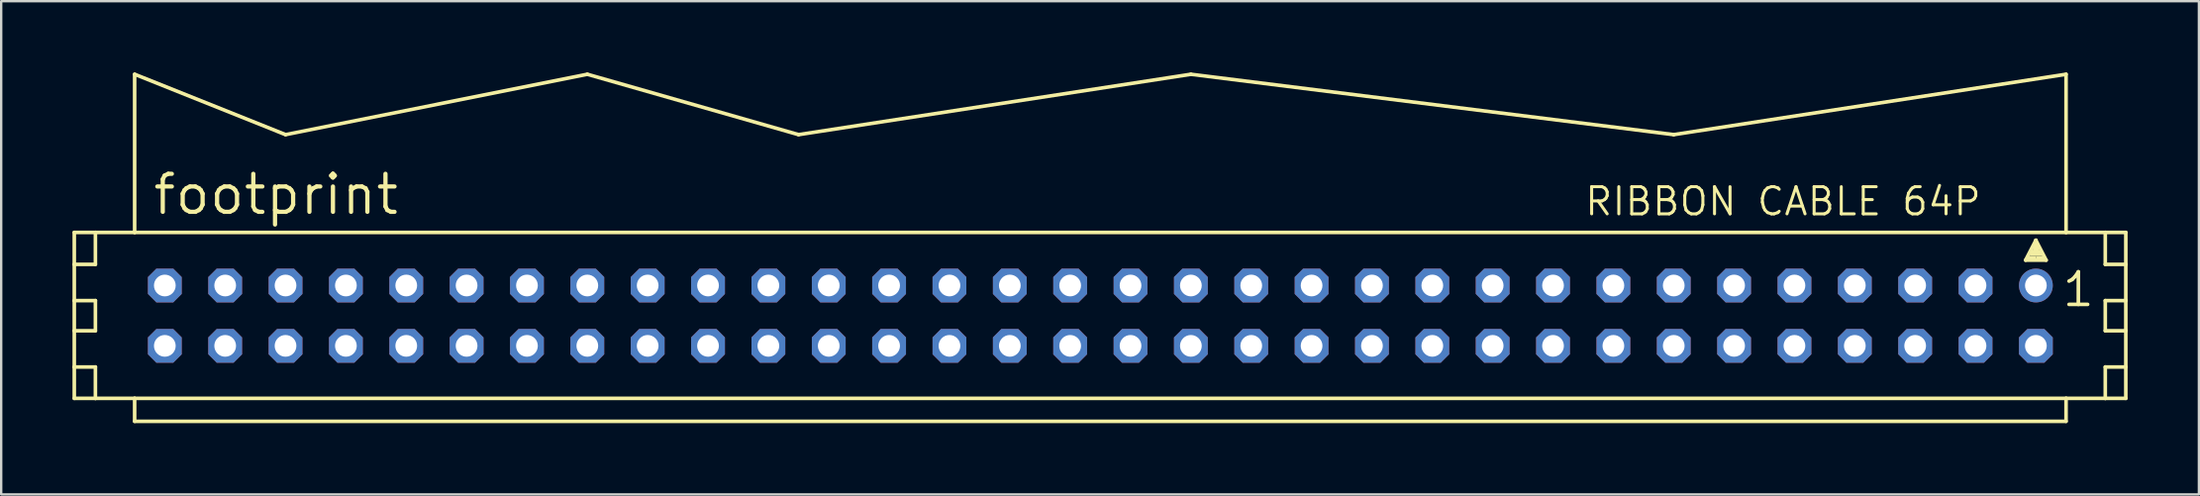
<source format=kicad_pcb>
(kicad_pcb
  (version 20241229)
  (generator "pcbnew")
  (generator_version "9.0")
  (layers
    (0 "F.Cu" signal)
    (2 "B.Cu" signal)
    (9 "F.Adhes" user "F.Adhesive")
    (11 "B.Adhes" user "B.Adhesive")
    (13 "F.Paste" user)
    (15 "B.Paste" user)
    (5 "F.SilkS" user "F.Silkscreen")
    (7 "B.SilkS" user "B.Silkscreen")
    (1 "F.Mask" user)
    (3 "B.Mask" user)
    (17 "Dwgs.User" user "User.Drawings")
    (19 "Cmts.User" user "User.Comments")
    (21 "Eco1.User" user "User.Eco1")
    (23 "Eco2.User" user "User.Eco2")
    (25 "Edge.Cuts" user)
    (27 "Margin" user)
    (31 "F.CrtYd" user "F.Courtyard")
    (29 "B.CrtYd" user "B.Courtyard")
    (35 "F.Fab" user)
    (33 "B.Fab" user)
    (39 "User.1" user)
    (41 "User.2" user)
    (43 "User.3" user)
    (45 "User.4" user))
  (footprint "footprint"
    (layer "F.Cu")
    (at 43.256 10.236)
    (property "Reference" "footprint" (at -39.954 -4.166 0) (layer "F.SilkS") (effects (font (size 1.6 1.6) (thickness 0.178)) (justify left bottom)))
    (fp_line (start -43.18 -3.505) (end -43.18 -2.159) (stroke (width 0.152) (type solid)) (layer "F.SilkS"))
    (fp_line (start -43.18 -2.159) (end -43.18 -0.635) (stroke (width 0.152) (type solid)) (layer "F.SilkS"))
    (fp_line (start -43.18 -2.159) (end -42.291 -2.159) (stroke (width 0.152) (type solid)) (layer "F.SilkS"))
    (fp_line (start -43.18 -0.635) (end -43.18 0.635) (stroke (width 0.152) (type solid)) (layer "F.SilkS"))
    (fp_line (start -43.18 -0.635) (end -42.291 -0.635) (stroke (width 0.152) (type solid)) (layer "F.SilkS"))
    (fp_line (start -43.18 0.635) (end -43.18 2.159) (stroke (width 0.152) (type solid)) (layer "F.SilkS"))
    (fp_line (start -43.18 0.635) (end -42.291 0.635) (stroke (width 0.152) (type solid)) (layer "F.SilkS"))
    (fp_line (start -43.18 2.159) (end -43.18 3.48) (stroke (width 0.152) (type solid)) (layer "F.SilkS"))
    (fp_line (start -43.18 2.159) (end -42.291 2.159) (stroke (width 0.152) (type solid)) (layer "F.SilkS"))
    (fp_line (start -43.18 3.48) (end -42.291 3.48) (stroke (width 0.152) (type solid)) (layer "F.SilkS"))
    (fp_line (start -42.291 -3.505) (end -43.18 -3.505) (stroke (width 0.152) (type solid)) (layer "F.SilkS"))
    (fp_line (start -42.291 -3.505) (end -42.291 -2.159) (stroke (width 0.152) (type solid)) (layer "F.SilkS"))
    (fp_line (start -42.291 -0.635) (end -42.291 0.635) (stroke (width 0.152) (type solid)) (layer "F.SilkS"))
    (fp_line (start -42.291 2.159) (end -42.291 3.48) (stroke (width 0.152) (type solid)) (layer "F.SilkS"))
    (fp_line (start -42.291 3.48) (end -40.64 3.48) (stroke (width 0.152) (type solid)) (layer "F.SilkS"))
    (fp_line (start -40.64 -10.16) (end -40.64 -3.505) (stroke (width 0.152) (type solid)) (layer "F.SilkS"))
    (fp_line (start -40.64 -3.505) (end -42.291 -3.505) (stroke (width 0.152) (type solid)) (layer "F.SilkS"))
    (fp_line (start -40.64 3.48) (end 40.64 3.48) (stroke (width 0.152) (type solid)) (layer "F.SilkS"))
    (fp_line (start -40.64 4.445) (end -40.64 3.48) (stroke (width 0.152) (type solid)) (layer "F.SilkS"))
    (fp_line (start -34.29 -7.62) (end -40.64 -10.16) (stroke (width 0.152) (type solid)) (layer "F.SilkS"))
    (fp_line (start -34.29 -7.62) (end -21.59 -10.16) (stroke (width 0.152) (type solid)) (layer "F.SilkS"))
    (fp_line (start -12.7 -7.62) (end -21.59 -10.16) (stroke (width 0.152) (type solid)) (layer "F.SilkS"))
    (fp_line (start -12.7 -7.62) (end 3.81 -10.16) (stroke (width 0.152) (type solid)) (layer "F.SilkS"))
    (fp_line (start 3.81 -10.16) (end 24.13 -7.62) (stroke (width 0.152) (type solid)) (layer "F.SilkS"))
    (fp_line (start 24.13 -7.62) (end 40.64 -10.16) (stroke (width 0.152) (type solid)) (layer "F.SilkS"))
    (fp_line (start 38.938 -2.337) (end 39.37 -3.175) (stroke (width 0.152) (type solid)) (layer "F.SilkS"))
    (fp_line (start 39.37 -3.175) (end 39.37 -2.921) (stroke (width 0.152) (type solid)) (layer "F.SilkS"))
    (fp_line (start 39.37 -3.175) (end 39.802 -2.337) (stroke (width 0.152) (type solid)) (layer "F.SilkS"))
    (fp_line (start 39.802 -2.337) (end 38.938 -2.337) (stroke (width 0.152) (type solid)) (layer "F.SilkS"))
    (fp_line (start 40.64 -3.505) (end -40.64 -3.505) (stroke (width 0.152) (type solid)) (layer "F.SilkS"))
    (fp_line (start 40.64 -3.505) (end 40.64 -10.16) (stroke (width 0.152) (type solid)) (layer "F.SilkS"))
    (fp_line (start 40.64 3.48) (end 40.64 4.445) (stroke (width 0.152) (type solid)) (layer "F.SilkS"))
    (fp_line (start 40.64 3.48) (end 42.291 3.48) (stroke (width 0.152) (type solid)) (layer "F.SilkS"))
    (fp_line (start 40.64 4.445) (end -40.64 4.445) (stroke (width 0.152) (type solid)) (layer "F.SilkS"))
    (fp_line (start 42.291 -3.505) (end 40.64 -3.505) (stroke (width 0.152) (type solid)) (layer "F.SilkS"))
    (fp_line (start 42.291 -3.505) (end 42.291 -2.159) (stroke (width 0.152) (type solid)) (layer "F.SilkS"))
    (fp_line (start 42.291 -2.159) (end 43.155 -2.159) (stroke (width 0.152) (type solid)) (layer "F.SilkS"))
    (fp_line (start 42.291 -0.635) (end 42.291 0.635) (stroke (width 0.152) (type solid)) (layer "F.SilkS"))
    (fp_line (start 42.291 -0.635) (end 43.155 -0.635) (stroke (width 0.152) (type solid)) (layer "F.SilkS"))
    (fp_line (start 42.291 0.635) (end 43.155 0.635) (stroke (width 0.152) (type solid)) (layer "F.SilkS"))
    (fp_line (start 42.291 2.159) (end 42.291 3.48) (stroke (width 0.152) (type solid)) (layer "F.SilkS"))
    (fp_line (start 42.291 2.159) (end 43.155 2.159) (stroke (width 0.152) (type solid)) (layer "F.SilkS"))
    (fp_line (start 42.291 3.48) (end 43.155 3.48) (stroke (width 0.152) (type solid)) (layer "F.SilkS"))
    (fp_line (start 43.155 -3.505) (end 42.291 -3.505) (stroke (width 0.152) (type solid)) (layer "F.SilkS"))
    (fp_line (start 43.155 -2.159) (end 43.155 -3.505) (stroke (width 0.152) (type solid)) (layer "F.SilkS"))
    (fp_line (start 43.155 -0.635) (end 43.155 -2.159) (stroke (width 0.152) (type solid)) (layer "F.SilkS"))
    (fp_line (start 43.155 0.635) (end 43.155 -0.635) (stroke (width 0.152) (type solid)) (layer "F.SilkS"))
    (fp_line (start 43.155 2.159) (end 43.155 0.635) (stroke (width 0.152) (type solid)) (layer "F.SilkS"))
    (fp_line (start 43.155 3.48) (end 43.155 2.159) (stroke (width 0.152) (type solid)) (layer "F.SilkS"))
    (fp_poly (pts (xy 38.989 -2.388) (xy 39.37 -2.388) (xy 39.37 -2.515) (xy 38.989 -2.515)) (stroke (width 0) (type solid)) (fill yes) (layer "F.SilkS"))
    (fp_poly (pts (xy 39.116 -2.515) (xy 39.624 -2.515) (xy 39.624 -2.769) (xy 39.116 -2.769)) (stroke (width 0) (type solid)) (fill yes) (layer "F.SilkS"))
    (fp_poly (pts (xy 39.243 -2.718) (xy 39.497 -2.718) (xy 39.497 -2.972) (xy 39.243 -2.972)) (stroke (width 0) (type solid)) (fill yes) (layer "F.SilkS"))
    (fp_poly (pts (xy 39.37 -2.388) (xy 39.751 -2.388) (xy 39.751 -2.515) (xy 39.37 -2.515)) (stroke (width 0) (type solid)) (fill yes) (layer "F.SilkS"))
    (fp_text user "1" (at 41.91 -1.905 0) (layer "F.SilkS") (effects (font (size 1.372 1.372) (thickness 0.152)) (justify right top)))
    (fp_text user "RIBBON CABLE 64P" (at 20.32 -4.14 0) (layer "F.SilkS") (effects (font (size 1.143 1.143) (thickness 0.127)) (justify left bottom)))
    (pad "1" thru_hole circle (at 39.37 -1.27) (size 1.422 1.422) (drill 0.914) (layers "*.Cu" "*.Mask"))
    (pad "2" thru_hole roundrect (at 39.37 1.27) (size 1.422 1.422) (drill 0.914) (layers "*.Cu" "*.Mask") (roundrect_rratio 0.25) (chamfer_ratio 0.25) (chamfer top_left top_right bottom_left bottom_right))
    (pad "3" thru_hole roundrect (at 36.83 -1.27) (size 1.422 1.422) (drill 0.914) (layers "*.Cu" "*.Mask") (roundrect_rratio 0.25) (chamfer_ratio 0.25) (chamfer top_left top_right bottom_left bottom_right))
    (pad "4" thru_hole roundrect (at 36.83 1.27) (size 1.422 1.422) (drill 0.914) (layers "*.Cu" "*.Mask") (roundrect_rratio 0.25) (chamfer_ratio 0.25) (chamfer top_left top_right bottom_left bottom_right))
    (pad "5" thru_hole roundrect (at 34.29 -1.27) (size 1.422 1.422) (drill 0.914) (layers "*.Cu" "*.Mask") (roundrect_rratio 0.25) (chamfer_ratio 0.25) (chamfer top_left top_right bottom_left bottom_right))
    (pad "6" thru_hole roundrect (at 34.29 1.27) (size 1.422 1.422) (drill 0.914) (layers "*.Cu" "*.Mask") (roundrect_rratio 0.25) (chamfer_ratio 0.25) (chamfer top_left top_right bottom_left bottom_right))
    (pad "7" thru_hole roundrect (at 31.75 -1.27) (size 1.422 1.422) (drill 0.914) (layers "*.Cu" "*.Mask") (roundrect_rratio 0.25) (chamfer_ratio 0.25) (chamfer top_left top_right bottom_left bottom_right))
    (pad "8" thru_hole roundrect (at 31.75 1.27) (size 1.422 1.422) (drill 0.914) (layers "*.Cu" "*.Mask") (roundrect_rratio 0.25) (chamfer_ratio 0.25) (chamfer top_left top_right bottom_left bottom_right))
    (pad "9" thru_hole roundrect (at 29.21 -1.27) (size 1.422 1.422) (drill 0.914) (layers "*.Cu" "*.Mask") (roundrect_rratio 0.25) (chamfer_ratio 0.25) (chamfer top_left top_right bottom_left bottom_right))
    (pad "10" thru_hole roundrect (at 29.21 1.27) (size 1.422 1.422) (drill 0.914) (layers "*.Cu" "*.Mask") (roundrect_rratio 0.25) (chamfer_ratio 0.25) (chamfer top_left top_right bottom_left bottom_right))
    (pad "11" thru_hole roundrect (at 26.67 -1.27) (size 1.422 1.422) (drill 0.914) (layers "*.Cu" "*.Mask") (roundrect_rratio 0.25) (chamfer_ratio 0.25) (chamfer top_left top_right bottom_left bottom_right))
    (pad "12" thru_hole roundrect (at 26.67 1.27) (size 1.422 1.422) (drill 0.914) (layers "*.Cu" "*.Mask") (roundrect_rratio 0.25) (chamfer_ratio 0.25) (chamfer top_left top_right bottom_left bottom_right))
    (pad "13" thru_hole roundrect (at 24.13 -1.27) (size 1.422 1.422) (drill 0.914) (layers "*.Cu" "*.Mask") (roundrect_rratio 0.25) (chamfer_ratio 0.25) (chamfer top_left top_right bottom_left bottom_right))
    (pad "14" thru_hole roundrect (at 24.13 1.27) (size 1.422 1.422) (drill 0.914) (layers "*.Cu" "*.Mask") (roundrect_rratio 0.25) (chamfer_ratio 0.25) (chamfer top_left top_right bottom_left bottom_right))
    (pad "15" thru_hole roundrect (at 21.59 -1.27) (size 1.422 1.422) (drill 0.914) (layers "*.Cu" "*.Mask") (roundrect_rratio 0.25) (chamfer_ratio 0.25) (chamfer top_left top_right bottom_left bottom_right))
    (pad "16" thru_hole roundrect (at 21.59 1.27) (size 1.422 1.422) (drill 0.914) (layers "*.Cu" "*.Mask") (roundrect_rratio 0.25) (chamfer_ratio 0.25) (chamfer top_left top_right bottom_left bottom_right))
    (pad "17" thru_hole roundrect (at 19.05 -1.27) (size 1.422 1.422) (drill 0.914) (layers "*.Cu" "*.Mask") (roundrect_rratio 0.25) (chamfer_ratio 0.25) (chamfer top_left top_right bottom_left bottom_right))
    (pad "18" thru_hole roundrect (at 19.05 1.27) (size 1.422 1.422) (drill 0.914) (layers "*.Cu" "*.Mask") (roundrect_rratio 0.25) (chamfer_ratio 0.25) (chamfer top_left top_right bottom_left bottom_right))
    (pad "19" thru_hole roundrect (at 16.51 -1.27) (size 1.422 1.422) (drill 0.914) (layers "*.Cu" "*.Mask") (roundrect_rratio 0.25) (chamfer_ratio 0.25) (chamfer top_left top_right bottom_left bottom_right))
    (pad "20" thru_hole roundrect (at 16.51 1.27) (size 1.422 1.422) (drill 0.914) (layers "*.Cu" "*.Mask") (roundrect_rratio 0.25) (chamfer_ratio 0.25) (chamfer top_left top_right bottom_left bottom_right))
    (pad "21" thru_hole roundrect (at 13.97 -1.27) (size 1.422 1.422) (drill 0.914) (layers "*.Cu" "*.Mask") (roundrect_rratio 0.25) (chamfer_ratio 0.25) (chamfer top_left top_right bottom_left bottom_right))
    (pad "22" thru_hole roundrect (at 13.97 1.27) (size 1.422 1.422) (drill 0.914) (layers "*.Cu" "*.Mask") (roundrect_rratio 0.25) (chamfer_ratio 0.25) (chamfer top_left top_right bottom_left bottom_right))
    (pad "23" thru_hole roundrect (at 11.43 -1.27) (size 1.422 1.422) (drill 0.914) (layers "*.Cu" "*.Mask") (roundrect_rratio 0.25) (chamfer_ratio 0.25) (chamfer top_left top_right bottom_left bottom_right))
    (pad "24" thru_hole roundrect (at 11.43 1.27) (size 1.422 1.422) (drill 0.914) (layers "*.Cu" "*.Mask") (roundrect_rratio 0.25) (chamfer_ratio 0.25) (chamfer top_left top_right bottom_left bottom_right))
    (pad "25" thru_hole roundrect (at 8.89 -1.27) (size 1.422 1.422) (drill 0.914) (layers "*.Cu" "*.Mask") (roundrect_rratio 0.25) (chamfer_ratio 0.25) (chamfer top_left top_right bottom_left bottom_right))
    (pad "26" thru_hole roundrect (at 8.89 1.27) (size 1.422 1.422) (drill 0.914) (layers "*.Cu" "*.Mask") (roundrect_rratio 0.25) (chamfer_ratio 0.25) (chamfer top_left top_right bottom_left bottom_right))
    (pad "27" thru_hole roundrect (at 6.35 -1.27) (size 1.422 1.422) (drill 0.914) (layers "*.Cu" "*.Mask") (roundrect_rratio 0.25) (chamfer_ratio 0.25) (chamfer top_left top_right bottom_left bottom_right))
    (pad "28" thru_hole roundrect (at 6.35 1.27) (size 1.422 1.422) (drill 0.914) (layers "*.Cu" "*.Mask") (roundrect_rratio 0.25) (chamfer_ratio 0.25) (chamfer top_left top_right bottom_left bottom_right))
    (pad "29" thru_hole roundrect (at 3.81 -1.27) (size 1.422 1.422) (drill 0.914) (layers "*.Cu" "*.Mask") (roundrect_rratio 0.25) (chamfer_ratio 0.25) (chamfer top_left top_right bottom_left bottom_right))
    (pad "30" thru_hole roundrect (at 3.81 1.27) (size 1.422 1.422) (drill 0.914) (layers "*.Cu" "*.Mask") (roundrect_rratio 0.25) (chamfer_ratio 0.25) (chamfer top_left top_right bottom_left bottom_right))
    (pad "31" thru_hole roundrect (at 1.27 -1.27) (size 1.422 1.422) (drill 0.914) (layers "*.Cu" "*.Mask") (roundrect_rratio 0.25) (chamfer_ratio 0.25) (chamfer top_left top_right bottom_left bottom_right))
    (pad "32" thru_hole roundrect (at 1.27 1.27) (size 1.422 1.422) (drill 0.914) (layers "*.Cu" "*.Mask") (roundrect_rratio 0.25) (chamfer_ratio 0.25) (chamfer top_left top_right bottom_left bottom_right))
    (pad "33" thru_hole roundrect (at -1.27 -1.27) (size 1.422 1.422) (drill 0.914) (layers "*.Cu" "*.Mask") (roundrect_rratio 0.25) (chamfer_ratio 0.25) (chamfer top_left top_right bottom_left bottom_right))
    (pad "34" thru_hole roundrect (at -1.27 1.27) (size 1.422 1.422) (drill 0.914) (layers "*.Cu" "*.Mask") (roundrect_rratio 0.25) (chamfer_ratio 0.25) (chamfer top_left top_right bottom_left bottom_right))
    (pad "35" thru_hole roundrect (at -3.81 -1.27) (size 1.422 1.422) (drill 0.914) (layers "*.Cu" "*.Mask") (roundrect_rratio 0.25) (chamfer_ratio 0.25) (chamfer top_left top_right bottom_left bottom_right))
    (pad "36" thru_hole roundrect (at -3.81 1.27) (size 1.422 1.422) (drill 0.914) (layers "*.Cu" "*.Mask") (roundrect_rratio 0.25) (chamfer_ratio 0.25) (chamfer top_left top_right bottom_left bottom_right))
    (pad "37" thru_hole roundrect (at -6.35 -1.27) (size 1.422 1.422) (drill 0.914) (layers "*.Cu" "*.Mask") (roundrect_rratio 0.25) (chamfer_ratio 0.25) (chamfer top_left top_right bottom_left bottom_right))
    (pad "38" thru_hole roundrect (at -6.35 1.27) (size 1.422 1.422) (drill 0.914) (layers "*.Cu" "*.Mask") (roundrect_rratio 0.25) (chamfer_ratio 0.25) (chamfer top_left top_right bottom_left bottom_right))
    (pad "39" thru_hole roundrect (at -8.89 -1.27) (size 1.422 1.422) (drill 0.914) (layers "*.Cu" "*.Mask") (roundrect_rratio 0.25) (chamfer_ratio 0.25) (chamfer top_left top_right bottom_left bottom_right))
    (pad "40" thru_hole roundrect (at -8.89 1.27) (size 1.422 1.422) (drill 0.914) (layers "*.Cu" "*.Mask") (roundrect_rratio 0.25) (chamfer_ratio 0.25) (chamfer top_left top_right bottom_left bottom_right))
    (pad "41" thru_hole roundrect (at -11.43 -1.27) (size 1.422 1.422) (drill 0.914) (layers "*.Cu" "*.Mask") (roundrect_rratio 0.25) (chamfer_ratio 0.25) (chamfer top_left top_right bottom_left bottom_right))
    (pad "42" thru_hole roundrect (at -11.43 1.27) (size 1.422 1.422) (drill 0.914) (layers "*.Cu" "*.Mask") (roundrect_rratio 0.25) (chamfer_ratio 0.25) (chamfer top_left top_right bottom_left bottom_right))
    (pad "43" thru_hole roundrect (at -13.97 -1.27) (size 1.422 1.422) (drill 0.914) (layers "*.Cu" "*.Mask") (roundrect_rratio 0.25) (chamfer_ratio 0.25) (chamfer top_left top_right bottom_left bottom_right))
    (pad "44" thru_hole roundrect (at -13.97 1.27) (size 1.422 1.422) (drill 0.914) (layers "*.Cu" "*.Mask") (roundrect_rratio 0.25) (chamfer_ratio 0.25) (chamfer top_left top_right bottom_left bottom_right))
    (pad "45" thru_hole roundrect (at -16.51 -1.27) (size 1.422 1.422) (drill 0.914) (layers "*.Cu" "*.Mask") (roundrect_rratio 0.25) (chamfer_ratio 0.25) (chamfer top_left top_right bottom_left bottom_right))
    (pad "46" thru_hole roundrect (at -16.51 1.27) (size 1.422 1.422) (drill 0.914) (layers "*.Cu" "*.Mask") (roundrect_rratio 0.25) (chamfer_ratio 0.25) (chamfer top_left top_right bottom_left bottom_right))
    (pad "47" thru_hole roundrect (at -19.05 -1.27) (size 1.422 1.422) (drill 0.914) (layers "*.Cu" "*.Mask") (roundrect_rratio 0.25) (chamfer_ratio 0.25) (chamfer top_left top_right bottom_left bottom_right))
    (pad "48" thru_hole roundrect (at -19.05 1.27) (size 1.422 1.422) (drill 0.914) (layers "*.Cu" "*.Mask") (roundrect_rratio 0.25) (chamfer_ratio 0.25) (chamfer top_left top_right bottom_left bottom_right))
    (pad "49" thru_hole roundrect (at -21.59 -1.27) (size 1.422 1.422) (drill 0.914) (layers "*.Cu" "*.Mask") (roundrect_rratio 0.25) (chamfer_ratio 0.25) (chamfer top_left top_right bottom_left bottom_right))
    (pad "50" thru_hole roundrect (at -21.59 1.27) (size 1.422 1.422) (drill 0.914) (layers "*.Cu" "*.Mask") (roundrect_rratio 0.25) (chamfer_ratio 0.25) (chamfer top_left top_right bottom_left bottom_right))
    (pad "51" thru_hole roundrect (at -24.13 -1.27) (size 1.422 1.422) (drill 0.914) (layers "*.Cu" "*.Mask") (roundrect_rratio 0.25) (chamfer_ratio 0.25) (chamfer top_left top_right bottom_left bottom_right))
    (pad "52" thru_hole roundrect (at -24.13 1.27) (size 1.422 1.422) (drill 0.914) (layers "*.Cu" "*.Mask") (roundrect_rratio 0.25) (chamfer_ratio 0.25) (chamfer top_left top_right bottom_left bottom_right))
    (pad "53" thru_hole roundrect (at -26.67 -1.27) (size 1.422 1.422) (drill 0.914) (layers "*.Cu" "*.Mask") (roundrect_rratio 0.25) (chamfer_ratio 0.25) (chamfer top_left top_right bottom_left bottom_right))
    (pad "54" thru_hole roundrect (at -26.67 1.27) (size 1.422 1.422) (drill 0.914) (layers "*.Cu" "*.Mask") (roundrect_rratio 0.25) (chamfer_ratio 0.25) (chamfer top_left top_right bottom_left bottom_right))
    (pad "55" thru_hole roundrect (at -29.21 -1.27) (size 1.422 1.422) (drill 0.914) (layers "*.Cu" "*.Mask") (roundrect_rratio 0.25) (chamfer_ratio 0.25) (chamfer top_left top_right bottom_left bottom_right))
    (pad "56" thru_hole roundrect (at -29.21 1.27) (size 1.422 1.422) (drill 0.914) (layers "*.Cu" "*.Mask") (roundrect_rratio 0.25) (chamfer_ratio 0.25) (chamfer top_left top_right bottom_left bottom_right))
    (pad "57" thru_hole roundrect (at -31.75 -1.27) (size 1.422 1.422) (drill 0.914) (layers "*.Cu" "*.Mask") (roundrect_rratio 0.25) (chamfer_ratio 0.25) (chamfer top_left top_right bottom_left bottom_right))
    (pad "58" thru_hole roundrect (at -31.75 1.27) (size 1.422 1.422) (drill 0.914) (layers "*.Cu" "*.Mask") (roundrect_rratio 0.25) (chamfer_ratio 0.25) (chamfer top_left top_right bottom_left bottom_right))
    (pad "59" thru_hole roundrect (at -34.29 -1.27) (size 1.422 1.422) (drill 0.914) (layers "*.Cu" "*.Mask") (roundrect_rratio 0.25) (chamfer_ratio 0.25) (chamfer top_left top_right bottom_left bottom_right))
    (pad "60" thru_hole roundrect (at -34.29 1.27) (size 1.422 1.422) (drill 0.914) (layers "*.Cu" "*.Mask") (roundrect_rratio 0.25) (chamfer_ratio 0.25) (chamfer top_left top_right bottom_left bottom_right))
    (pad "61" thru_hole roundrect (at -36.83 -1.27) (size 1.422 1.422) (drill 0.914) (layers "*.Cu" "*.Mask") (roundrect_rratio 0.25) (chamfer_ratio 0.25) (chamfer top_left top_right bottom_left bottom_right))
    (pad "62" thru_hole roundrect (at -36.83 1.27) (size 1.422 1.422) (drill 0.914) (layers "*.Cu" "*.Mask") (roundrect_rratio 0.25) (chamfer_ratio 0.25) (chamfer top_left top_right bottom_left bottom_right))
    (pad "63" thru_hole roundrect (at -39.37 -1.27) (size 1.422 1.422) (drill 0.914) (layers "*.Cu" "*.Mask") (roundrect_rratio 0.25) (chamfer_ratio 0.25) (chamfer top_left top_right bottom_left bottom_right))
    (pad "64" thru_hole roundrect (at -39.37 1.27) (size 1.422 1.422) (drill 0.914) (layers "*.Cu" "*.Mask") (roundrect_rratio 0.25) (chamfer_ratio 0.25) (chamfer top_left top_right bottom_left bottom_right)))
  (gr_rect
    (start -3 -3)
    (end 89.487 17.757)
    (stroke (width 0.1) (type default))
    (fill no)
    (layer "Edge.Cuts")))
</source>
